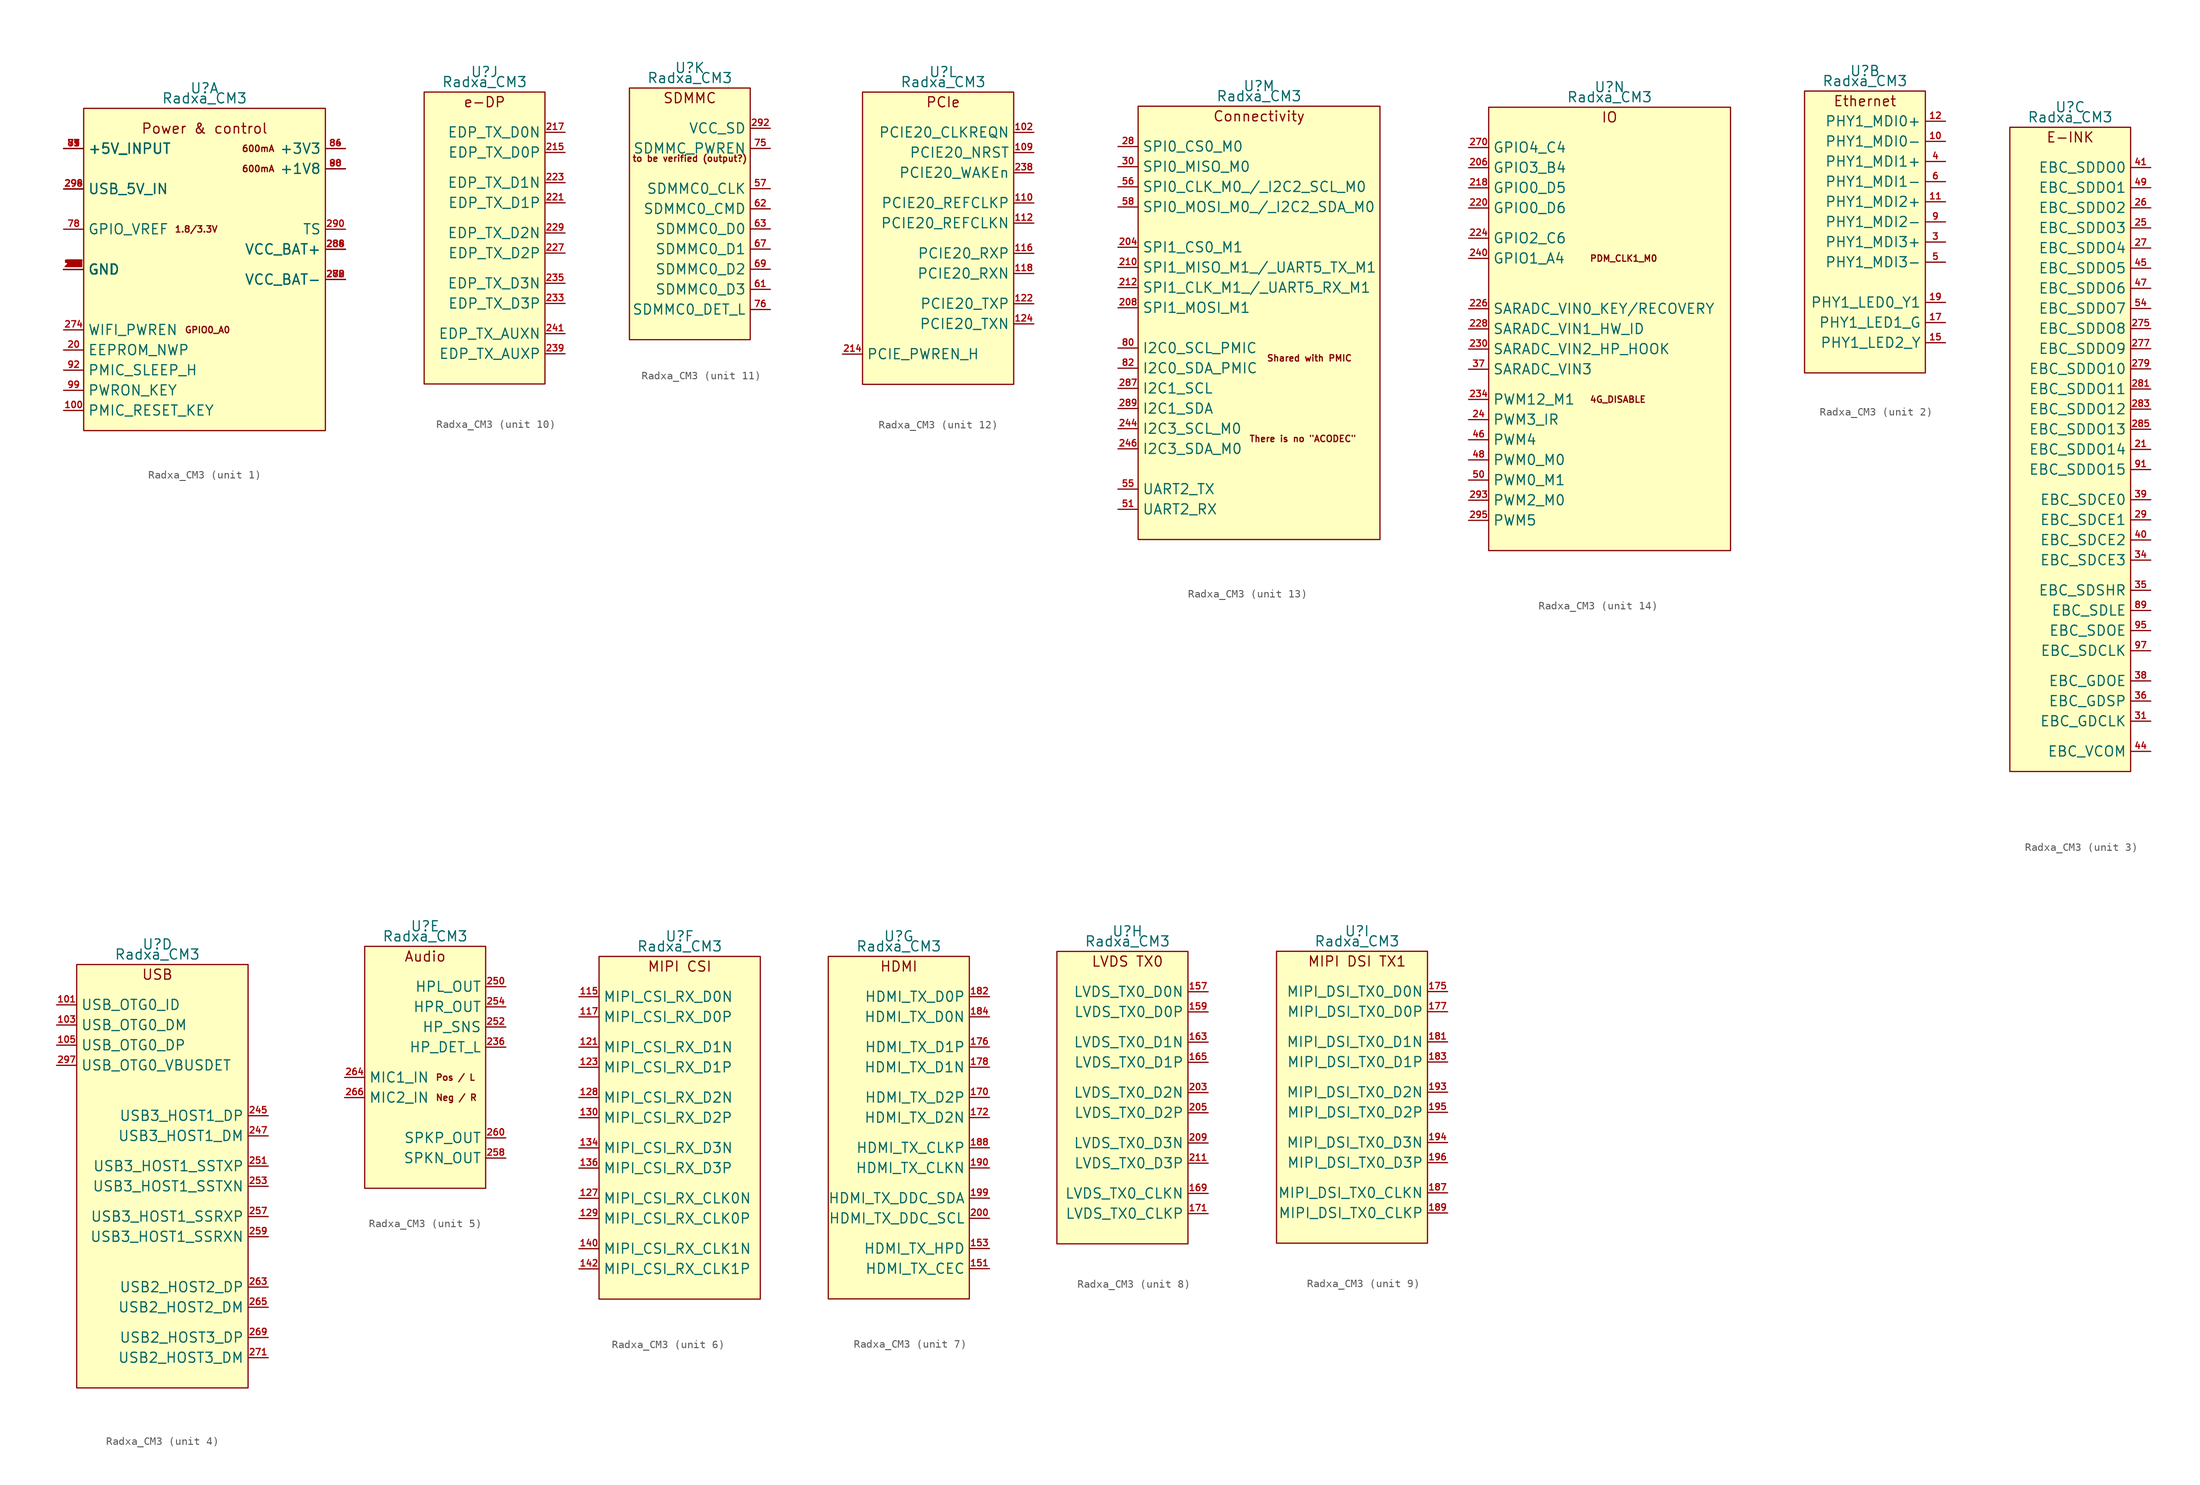
<source format=kicad_sym>
(kicad_symbol_lib
  (version 20211014)
  (generator kicad_symbol_editor)
  (symbol "Radxa_CM3"
    (property "Reference" "U"
      (at 0 2.54 0)
      (effects (font (size 1.27 1.27))))
    (property "Value" "Radxa_CM3"
      (at 0 1.27 0)
      (effects (font (size 1.27 1.27))))
    (property "ki_locked" ""
      (at 0 0 0)
      (effects (font (size 1.27 1.27))))
    (symbol "Radxa_CM3_1_1"
      (rectangle (start -15.24 0) (end 15.24 -40.64) (stroke (width 0.152) (type default) (color 0 0 0 0)) (fill (type background)))
      (text "1.8/3.3V" (at -3.81 -15.24 0) (effects (font (size 0.8 0.8)) (justify left)))
      (text "600mA" (at 8.89 -7.62 0) (effects (font (size 0.8 0.8)) (justify right)))
      (text "600mA" (at 8.89 -5.08 0) (effects (font (size 0.8 0.8)) (justify right)))
      (text "GPIO0_A0" (at -2.54 -27.94 0) (effects (font (size 0.8 0.8)) (justify left)))
      (text "Power & control" (at 0 -2.54 0) (effects (font (size 1.27 1.27))))
      (pin power_in line (at -17.78 -20.32 0) (length 2.54) (name "GND" (effects (font (size 1.27 1.27)))) (number "1" (effects (font (size 0.8 0.8)))))
      (pin input line (at -17.78 -38.1 0) (length 2.54) (name "PMIC_RESET_KEY" (effects (font (size 1.27 1.27)))) (number "100" (effects (font (size 0.8 0.8)))))
      (pin no_connect line (at 0 5.08 180) (length 2.54) hide (name "NC" (effects (font (size 1.27 1.27)))) (number "104" (effects (font (size 0.8 0.8)))))
      (pin no_connect line (at 0 5.08 180) (length 2.54) hide (name "NC" (effects (font (size 1.27 1.27)))) (number "106" (effects (font (size 0.8 0.8)))))
      (pin power_in line (at -17.78 -20.32 0) (length 2.54) (name "GND" (effects (font (size 1.27 1.27)))) (number "107" (effects (font (size 0.8 0.8)))))
      (pin power_in line (at -17.78 -20.32 0) (length 2.54) (name "GND" (effects (font (size 1.27 1.27)))) (number "108" (effects (font (size 0.8 0.8)))))
      (pin no_connect line (at 0 5.08 180) (length 2.54) hide (name "NC" (effects (font (size 1.27 1.27)))) (number "111" (effects (font (size 0.8 0.8)))))
      (pin power_in line (at -17.78 -20.32 0) (length 2.54) (name "GND" (effects (font (size 1.27 1.27)))) (number "113" (effects (font (size 0.8 0.8)))))
      (pin power_in line (at -17.78 -20.32 0) (length 2.54) (name "GND" (effects (font (size 1.27 1.27)))) (number "114" (effects (font (size 0.8 0.8)))))
      (pin power_in line (at -17.78 -20.32 0) (length 2.54) (name "GND" (effects (font (size 1.27 1.27)))) (number "119" (effects (font (size 0.8 0.8)))))
      (pin power_in line (at -17.78 -20.32 0) (length 2.54) (name "GND" (effects (font (size 1.27 1.27)))) (number "120" (effects (font (size 0.8 0.8)))))
      (pin power_in line (at -17.78 -20.32 0) (length 2.54) (name "GND" (effects (font (size 1.27 1.27)))) (number "125" (effects (font (size 0.8 0.8)))))
      (pin power_in line (at -17.78 -20.32 0) (length 2.54) (name "GND" (effects (font (size 1.27 1.27)))) (number "126" (effects (font (size 0.8 0.8)))))
      (pin power_in line (at -17.78 -20.32 0) (length 2.54) (name "GND" (effects (font (size 1.27 1.27)))) (number "13" (effects (font (size 0.8 0.8)))))
      (pin power_in line (at -17.78 -20.32 0) (length 2.54) (name "GND" (effects (font (size 1.27 1.27)))) (number "131" (effects (font (size 0.8 0.8)))))
      (pin power_in line (at -17.78 -20.32 0) (length 2.54) (name "GND" (effects (font (size 1.27 1.27)))) (number "132" (effects (font (size 0.8 0.8)))))
      (pin no_connect line (at 0 5.08 180) (length 2.54) hide (name "NC" (effects (font (size 1.27 1.27)))) (number "133" (effects (font (size 0.8 0.8)))))
      (pin no_connect line (at 0 5.08 180) (length 2.54) hide (name "NC" (effects (font (size 1.27 1.27)))) (number "135" (effects (font (size 0.8 0.8)))))
      (pin power_in line (at -17.78 -20.32 0) (length 2.54) (name "GND" (effects (font (size 1.27 1.27)))) (number "137" (effects (font (size 0.8 0.8)))))
      (pin power_in line (at -17.78 -20.32 0) (length 2.54) (name "GND" (effects (font (size 1.27 1.27)))) (number "138" (effects (font (size 0.8 0.8)))))
      (pin no_connect line (at 0 5.08 180) (length 2.54) hide (name "NC" (effects (font (size 1.27 1.27)))) (number "139" (effects (font (size 0.8 0.8)))))
      (pin power_in line (at -17.78 -20.32 0) (length 2.54) (name "GND" (effects (font (size 1.27 1.27)))) (number "14" (effects (font (size 0.8 0.8)))))
      (pin no_connect line (at 0 5.08 180) (length 2.54) hide (name "NC" (effects (font (size 1.27 1.27)))) (number "141" (effects (font (size 0.8 0.8)))))
      (pin no_connect line (at 0 5.08 180) (length 2.54) hide (name "NC" (effects (font (size 1.27 1.27)))) (number "143" (effects (font (size 0.8 0.8)))))
      (pin power_in line (at -17.78 -20.32 0) (length 2.54) (name "GND" (effects (font (size 1.27 1.27)))) (number "144" (effects (font (size 0.8 0.8)))))
      (pin no_connect line (at 0 5.08 180) (length 2.54) hide (name "NC" (effects (font (size 1.27 1.27)))) (number "145" (effects (font (size 0.8 0.8)))))
      (pin no_connect line (at 0 5.08 180) (length 2.54) hide (name "NC" (effects (font (size 1.27 1.27)))) (number "146" (effects (font (size 0.8 0.8)))))
      (pin no_connect line (at 0 5.08 180) (length 2.54) hide (name "NC" (effects (font (size 1.27 1.27)))) (number "147" (effects (font (size 0.8 0.8)))))
      (pin no_connect line (at 0 5.08 180) (length 2.54) hide (name "NC" (effects (font (size 1.27 1.27)))) (number "148" (effects (font (size 0.8 0.8)))))
      (pin no_connect line (at 0 5.08 180) (length 2.54) hide (name "NC" (effects (font (size 1.27 1.27)))) (number "149" (effects (font (size 0.8 0.8)))))
      (pin power_in line (at -17.78 -20.32 0) (length 2.54) (name "GND" (effects (font (size 1.27 1.27)))) (number "150" (effects (font (size 0.8 0.8)))))
      (pin no_connect line (at 0 5.08 180) (length 2.54) hide (name "NC" (effects (font (size 1.27 1.27)))) (number "152" (effects (font (size 0.8 0.8)))))
      (pin no_connect line (at 0 5.08 180) (length 2.54) hide (name "NC" (effects (font (size 1.27 1.27)))) (number "154" (effects (font (size 0.8 0.8)))))
      (pin power_in line (at -17.78 -20.32 0) (length 2.54) (name "GND" (effects (font (size 1.27 1.27)))) (number "155" (effects (font (size 0.8 0.8)))))
      (pin power_in line (at -17.78 -20.32 0) (length 2.54) (name "GND" (effects (font (size 1.27 1.27)))) (number "156" (effects (font (size 0.8 0.8)))))
      (pin no_connect line (at 0 5.08 180) (length 2.54) hide (name "NC" (effects (font (size 1.27 1.27)))) (number "158" (effects (font (size 0.8 0.8)))))
      (pin no_connect line (at 0 5.08 180) (length 2.54) hide (name "NC" (effects (font (size 1.27 1.27)))) (number "16" (effects (font (size 0.8 0.8)))))
      (pin no_connect line (at 0 5.08 180) (length 2.54) hide (name "NC" (effects (font (size 1.27 1.27)))) (number "160" (effects (font (size 0.8 0.8)))))
      (pin power_in line (at -17.78 -20.32 0) (length 2.54) (name "GND" (effects (font (size 1.27 1.27)))) (number "161" (effects (font (size 0.8 0.8)))))
      (pin power_in line (at -17.78 -20.32 0) (length 2.54) (name "GND" (effects (font (size 1.27 1.27)))) (number "162" (effects (font (size 0.8 0.8)))))
      (pin no_connect line (at 0 5.08 180) (length 2.54) hide (name "NC" (effects (font (size 1.27 1.27)))) (number "164" (effects (font (size 0.8 0.8)))))
      (pin no_connect line (at 0 5.08 180) (length 2.54) hide (name "NC" (effects (font (size 1.27 1.27)))) (number "166" (effects (font (size 0.8 0.8)))))
      (pin power_in line (at -17.78 -20.32 0) (length 2.54) (name "GND" (effects (font (size 1.27 1.27)))) (number "167" (effects (font (size 0.8 0.8)))))
      (pin power_in line (at -17.78 -20.32 0) (length 2.54) (name "GND" (effects (font (size 1.27 1.27)))) (number "168" (effects (font (size 0.8 0.8)))))
      (pin power_in line (at -17.78 -20.32 0) (length 2.54) (name "GND" (effects (font (size 1.27 1.27)))) (number "173" (effects (font (size 0.8 0.8)))))
      (pin power_in line (at -17.78 -20.32 0) (length 2.54) (name "GND" (effects (font (size 1.27 1.27)))) (number "174" (effects (font (size 0.8 0.8)))))
      (pin power_in line (at -17.78 -20.32 0) (length 2.54) (name "GND" (effects (font (size 1.27 1.27)))) (number "179" (effects (font (size 0.8 0.8)))))
      (pin no_connect line (at 0 5.08 180) (length 2.54) hide (name "NC" (effects (font (size 1.27 1.27)))) (number "18" (effects (font (size 0.8 0.8)))))
      (pin power_in line (at -17.78 -20.32 0) (length 2.54) (name "GND" (effects (font (size 1.27 1.27)))) (number "180" (effects (font (size 0.8 0.8)))))
      (pin power_in line (at -17.78 -20.32 0) (length 2.54) (name "GND" (effects (font (size 1.27 1.27)))) (number "185" (effects (font (size 0.8 0.8)))))
      (pin power_in line (at -17.78 -20.32 0) (length 2.54) (name "GND" (effects (font (size 1.27 1.27)))) (number "186" (effects (font (size 0.8 0.8)))))
      (pin power_in line (at -17.78 -20.32 0) (length 2.54) (name "GND" (effects (font (size 1.27 1.27)))) (number "191" (effects (font (size 0.8 0.8)))))
      (pin power_in line (at -17.78 -20.32 0) (length 2.54) (name "GND" (effects (font (size 1.27 1.27)))) (number "192" (effects (font (size 0.8 0.8)))))
      (pin power_in line (at -17.78 -20.32 0) (length 2.54) (name "GND" (effects (font (size 1.27 1.27)))) (number "197" (effects (font (size 0.8 0.8)))))
      (pin power_in line (at -17.78 -20.32 0) (length 2.54) (name "GND" (effects (font (size 1.27 1.27)))) (number "198" (effects (font (size 0.8 0.8)))))
      (pin power_in line (at -17.78 -20.32 0) (length 2.54) (name "GND" (effects (font (size 1.27 1.27)))) (number "2" (effects (font (size 0.8 0.8)))))
      (pin input line (at -17.78 -30.48 0) (length 2.54) (name "EEPROM_NWP" (effects (font (size 1.27 1.27)))) (number "20" (effects (font (size 0.8 0.8)))))
      (pin power_in line (at -17.78 -20.32 0) (length 2.54) (name "GND" (effects (font (size 1.27 1.27)))) (number "201" (effects (font (size 0.8 0.8)))))
      (pin power_in line (at -17.78 -20.32 0) (length 2.54) (name "GND" (effects (font (size 1.27 1.27)))) (number "202" (effects (font (size 0.8 0.8)))))
      (pin power_in line (at -17.78 -20.32 0) (length 2.54) (name "GND" (effects (font (size 1.27 1.27)))) (number "207" (effects (font (size 0.8 0.8)))))
      (pin power_in line (at -17.78 -20.32 0) (length 2.54) (name "GND" (effects (font (size 1.27 1.27)))) (number "213" (effects (font (size 0.8 0.8)))))
      (pin no_connect line (at 0 5.08 180) (length 2.54) hide (name "NC" (effects (font (size 1.27 1.27)))) (number "216" (effects (font (size 0.8 0.8)))))
      (pin power_in line (at -17.78 -20.32 0) (length 2.54) (name "GND" (effects (font (size 1.27 1.27)))) (number "219" (effects (font (size 0.8 0.8)))))
      (pin power_in line (at -17.78 -20.32 0) (length 2.54) (name "GND" (effects (font (size 1.27 1.27)))) (number "22" (effects (font (size 0.8 0.8)))))
      (pin power_in line (at -17.78 -20.32 0) (length 2.54) (name "GND" (effects (font (size 1.27 1.27)))) (number "222" (effects (font (size 0.8 0.8)))))
      (pin power_in line (at -17.78 -20.32 0) (length 2.54) (name "GND" (effects (font (size 1.27 1.27)))) (number "225" (effects (font (size 0.8 0.8)))))
      (pin power_in line (at -17.78 -20.32 0) (length 2.54) (name "GND" (effects (font (size 1.27 1.27)))) (number "23" (effects (font (size 0.8 0.8)))))
      (pin power_in line (at -17.78 -20.32 0) (length 2.54) (name "GND" (effects (font (size 1.27 1.27)))) (number "231" (effects (font (size 0.8 0.8)))))
      (pin power_in line (at -17.78 -20.32 0) (length 2.54) (name "GND" (effects (font (size 1.27 1.27)))) (number "232" (effects (font (size 0.8 0.8)))))
      (pin power_in line (at -17.78 -20.32 0) (length 2.54) (name "GND" (effects (font (size 1.27 1.27)))) (number "237" (effects (font (size 0.8 0.8)))))
      (pin power_in line (at -17.78 -20.32 0) (length 2.54) (name "GND" (effects (font (size 1.27 1.27)))) (number "242" (effects (font (size 0.8 0.8)))))
      (pin power_in line (at -17.78 -20.32 0) (length 2.54) (name "GND" (effects (font (size 1.27 1.27)))) (number "243" (effects (font (size 0.8 0.8)))))
      (pin power_in line (at -17.78 -20.32 0) (length 2.54) (name "GND" (effects (font (size 1.27 1.27)))) (number "248" (effects (font (size 0.8 0.8)))))
      (pin power_in line (at -17.78 -20.32 0) (length 2.54) (name "GND" (effects (font (size 1.27 1.27)))) (number "249" (effects (font (size 0.8 0.8)))))
      (pin power_in line (at -17.78 -20.32 0) (length 2.54) (name "GND" (effects (font (size 1.27 1.27)))) (number "255" (effects (font (size 0.8 0.8)))))
      (pin power_in line (at -17.78 -20.32 0) (length 2.54) (name "GND" (effects (font (size 1.27 1.27)))) (number "256" (effects (font (size 0.8 0.8)))))
      (pin power_in line (at -17.78 -20.32 0) (length 2.54) (name "GND" (effects (font (size 1.27 1.27)))) (number "261" (effects (font (size 0.8 0.8)))))
      (pin power_in line (at -17.78 -20.32 0) (length 2.54) (name "GND" (effects (font (size 1.27 1.27)))) (number "262" (effects (font (size 0.8 0.8)))))
      (pin power_in line (at -17.78 -20.32 0) (length 2.54) (name "GND" (effects (font (size 1.27 1.27)))) (number "267" (effects (font (size 0.8 0.8)))))
      (pin power_in line (at -17.78 -20.32 0) (length 2.54) (name "GND" (effects (font (size 1.27 1.27)))) (number "268" (effects (font (size 0.8 0.8)))))
      (pin power_in line (at -17.78 -20.32 0) (length 2.54) (name "GND" (effects (font (size 1.27 1.27)))) (number "272" (effects (font (size 0.8 0.8)))))
      (pin power_in line (at -17.78 -20.32 0) (length 2.54) (name "GND" (effects (font (size 1.27 1.27)))) (number "273" (effects (font (size 0.8 0.8)))))
      (pin input line (at -17.78 -27.94 0) (length 2.54) (name "WIFI_PWREN" (effects (font (size 1.27 1.27)))) (number "274" (effects (font (size 0.8 0.8)))))
      (pin power_in line (at -17.78 -20.32 0) (length 2.54) (name "GND" (effects (font (size 1.27 1.27)))) (number "276" (effects (font (size 0.8 0.8)))))
      (pin power_in line (at 17.78 -21.59 180) (length 2.54) (name "VCC_BAT-" (effects (font (size 1.27 1.27)))) (number "278" (effects (font (size 0.8 0.8)))))
      (pin power_in line (at 17.78 -21.59 180) (length 2.54) (name "VCC_BAT-" (effects (font (size 1.27 1.27)))) (number "280" (effects (font (size 0.8 0.8)))))
      (pin power_in line (at 17.78 -21.59 180) (length 2.54) (name "VCC_BAT-" (effects (font (size 1.27 1.27)))) (number "282" (effects (font (size 0.8 0.8)))))
      (pin power_in line (at 17.78 -17.78 180) (length 2.54) (name "VCC_BAT+" (effects (font (size 1.27 1.27)))) (number "284" (effects (font (size 0.8 0.8)))))
      (pin power_in line (at 17.78 -17.78 180) (length 2.54) (name "VCC_BAT+" (effects (font (size 1.27 1.27)))) (number "286" (effects (font (size 0.8 0.8)))))
      (pin power_in line (at 17.78 -17.78 180) (length 2.54) (name "VCC_BAT+" (effects (font (size 1.27 1.27)))) (number "288" (effects (font (size 0.8 0.8)))))
      (pin passive line (at 17.78 -15.24 180) (length 2.54) (name "TS" (effects (font (size 1.27 1.27)))) (number "290" (effects (font (size 0.8 0.8)))))
      (pin no_connect line (at 0 5.08 180) (length 2.54) hide (name "NC" (effects (font (size 1.27 1.27)))) (number "291" (effects (font (size 0.8 0.8)))))
      (pin power_in line (at -17.78 -10.16 0) (length 2.54) (name "USB_5V_IN" (effects (font (size 1.27 1.27)))) (number "294" (effects (font (size 0.8 0.8)))))
      (pin power_in line (at -17.78 -10.16 0) (length 2.54) (name "USB_5V_IN" (effects (font (size 1.27 1.27)))) (number "296" (effects (font (size 0.8 0.8)))))
      (pin power_in line (at -17.78 -10.16 0) (length 2.54) (name "USB_5V_IN" (effects (font (size 1.27 1.27)))) (number "298" (effects (font (size 0.8 0.8)))))
      (pin power_in line (at -17.78 -20.32 0) (length 2.54) (name "GND" (effects (font (size 1.27 1.27)))) (number "299" (effects (font (size 0.8 0.8)))))
      (pin power_in line (at -17.78 -20.32 0) (length 2.54) (name "GND" (effects (font (size 1.27 1.27)))) (number "300" (effects (font (size 0.8 0.8)))))
      (pin power_in line (at -17.78 -20.32 0) (length 2.54) (name "GND" (effects (font (size 1.27 1.27)))) (number "32" (effects (font (size 0.8 0.8)))))
      (pin power_in line (at -17.78 -20.32 0) (length 2.54) (name "GND" (effects (font (size 1.27 1.27)))) (number "33" (effects (font (size 0.8 0.8)))))
      (pin power_in line (at -17.78 -20.32 0) (length 2.54) (name "GND" (effects (font (size 1.27 1.27)))) (number "42" (effects (font (size 0.8 0.8)))))
      (pin power_in line (at -17.78 -20.32 0) (length 2.54) (name "GND" (effects (font (size 1.27 1.27)))) (number "43" (effects (font (size 0.8 0.8)))))
      (pin power_in line (at -17.78 -20.32 0) (length 2.54) (name "GND" (effects (font (size 1.27 1.27)))) (number "52" (effects (font (size 0.8 0.8)))))
      (pin power_in line (at -17.78 -20.32 0) (length 2.54) (name "GND" (effects (font (size 1.27 1.27)))) (number "53" (effects (font (size 0.8 0.8)))))
      (pin power_in line (at -17.78 -20.32 0) (length 2.54) (name "GND" (effects (font (size 1.27 1.27)))) (number "59" (effects (font (size 0.8 0.8)))))
      (pin power_in line (at -17.78 -20.32 0) (length 2.54) (name "GND" (effects (font (size 1.27 1.27)))) (number "60" (effects (font (size 0.8 0.8)))))
      (pin no_connect line (at 0 5.08 180) (length 2.54) hide (name "NC" (effects (font (size 1.27 1.27)))) (number "64" (effects (font (size 0.8 0.8)))))
      (pin power_in line (at -17.78 -20.32 0) (length 2.54) (name "GND" (effects (font (size 1.27 1.27)))) (number "65" (effects (font (size 0.8 0.8)))))
      (pin power_in line (at -17.78 -20.32 0) (length 2.54) (name "GND" (effects (font (size 1.27 1.27)))) (number "66" (effects (font (size 0.8 0.8)))))
      (pin no_connect line (at 0 5.08 180) (length 2.54) hide (name "NC" (effects (font (size 1.27 1.27)))) (number "68" (effects (font (size 0.8 0.8)))))
      (pin power_in line (at -17.78 -20.32 0) (length 2.54) (name "GND" (effects (font (size 1.27 1.27)))) (number "7" (effects (font (size 0.8 0.8)))))
      (pin no_connect line (at 0 5.08 180) (length 2.54) hide (name "NC" (effects (font (size 1.27 1.27)))) (number "70" (effects (font (size 0.8 0.8)))))
      (pin power_in line (at -17.78 -20.32 0) (length 2.54) (name "GND" (effects (font (size 1.27 1.27)))) (number "71" (effects (font (size 0.8 0.8)))))
      (pin no_connect line (at 0 5.08 180) (length 2.54) hide (name "NC" (effects (font (size 1.27 1.27)))) (number "72" (effects (font (size 0.8 0.8)))))
      (pin no_connect line (at 0 5.08 180) (length 2.54) hide (name "NC" (effects (font (size 1.27 1.27)))) (number "73" (effects (font (size 0.8 0.8)))))
      (pin power_in line (at -17.78 -20.32 0) (length 2.54) (name "GND" (effects (font (size 1.27 1.27)))) (number "74" (effects (font (size 0.8 0.8)))))
      (pin power_in line (at -17.78 -5.08 0) (length 2.54) (name "+5V_INPUT" (effects (font (size 1.27 1.27)))) (number "77" (effects (font (size 0.8 0.8)))))
      (pin power_in line (at -17.78 -15.24 0) (length 2.54) (name "GPIO_VREF" (effects (font (size 1.27 1.27)))) (number "78" (effects (font (size 0.8 0.8)))))
      (pin power_in line (at -17.78 -5.08 0) (length 2.54) (name "+5V_INPUT" (effects (font (size 1.27 1.27)))) (number "79" (effects (font (size 0.8 0.8)))))
      (pin power_in line (at -17.78 -20.32 0) (length 2.54) (name "GND" (effects (font (size 1.27 1.27)))) (number "8" (effects (font (size 0.8 0.8)))))
      (pin power_in line (at -17.78 -5.08 0) (length 2.54) (name "+5V_INPUT" (effects (font (size 1.27 1.27)))) (number "81" (effects (font (size 0.8 0.8)))))
      (pin power_in line (at -17.78 -5.08 0) (length 2.54) (name "+5V_INPUT" (effects (font (size 1.27 1.27)))) (number "83" (effects (font (size 0.8 0.8)))))
      (pin power_out line (at 17.78 -5.08 180) (length 2.54) (name "+3V3" (effects (font (size 1.27 1.27)))) (number "84" (effects (font (size 0.8 0.8)))))
      (pin power_in line (at -17.78 -5.08 0) (length 2.54) (name "+5V_INPUT" (effects (font (size 1.27 1.27)))) (number "85" (effects (font (size 0.8 0.8)))))
      (pin power_out line (at 17.78 -5.08 180) (length 2.54) (name "+3V3" (effects (font (size 1.27 1.27)))) (number "86" (effects (font (size 0.8 0.8)))))
      (pin power_in line (at -17.78 -5.08 0) (length 2.54) (name "+5V_INPUT" (effects (font (size 1.27 1.27)))) (number "87" (effects (font (size 0.8 0.8)))))
      (pin power_out line (at 17.78 -7.62 180) (length 2.54) (name "+1V8" (effects (font (size 1.27 1.27)))) (number "88" (effects (font (size 0.8 0.8)))))
      (pin power_out line (at 17.78 -7.62 180) (length 2.54) (name "+1V8" (effects (font (size 1.27 1.27)))) (number "90" (effects (font (size 0.8 0.8)))))
      (pin input line (at -17.78 -33.02 0) (length 2.54) (name "PMIC_SLEEP_H" (effects (font (size 1.27 1.27)))) (number "92" (effects (font (size 0.8 0.8)))))
      (pin no_connect line (at 0 5.08 180) (length 2.54) hide (name "NC" (effects (font (size 1.27 1.27)))) (number "93" (effects (font (size 0.8 0.8)))))
      (pin no_connect line (at 0 5.08 180) (length 2.54) hide (name "NC" (effects (font (size 1.27 1.27)))) (number "94" (effects (font (size 0.8 0.8)))))
      (pin no_connect line (at 0 5.08 180) (length 2.54) hide (name "NC" (effects (font (size 1.27 1.27)))) (number "96" (effects (font (size 0.8 0.8)))))
      (pin power_in line (at -17.78 -20.32 0) (length 2.54) (name "GND" (effects (font (size 1.27 1.27)))) (number "98" (effects (font (size 0.8 0.8)))))
      (pin input line (at -17.78 -35.56 0) (length 2.54) (name "PWRON_KEY" (effects (font (size 1.27 1.27)))) (number "99" (effects (font (size 0.8 0.8))))))
    (symbol "Radxa_CM3_2_1"
      (rectangle (start -7.62 0) (end 7.62 -35.56) (stroke (width 0.152) (type default) (color 0 0 0 0)) (fill (type background)))
      (text "Ethernet" (at 0 -1.27 0) (effects (font (size 1.27 1.27))))
      (pin bidirectional line (at 10.16 -6.35 180) (length 2.54) (name "PHY1_MDI0-" (effects (font (size 1.27 1.27)))) (number "10" (effects (font (size 0.8 0.8)))))
      (pin bidirectional line (at 10.16 -13.97 180) (length 2.54) (name "PHY1_MDI2+" (effects (font (size 1.27 1.27)))) (number "11" (effects (font (size 0.8 0.8)))))
      (pin bidirectional line (at 10.16 -3.81 180) (length 2.54) (name "PHY1_MDI0+" (effects (font (size 1.27 1.27)))) (number "12" (effects (font (size 0.8 0.8)))))
      (pin output line (at 10.16 -31.75 180) (length 2.54) (name "PHY1_LED2_Y" (effects (font (size 1.27 1.27)))) (number "15" (effects (font (size 0.8 0.8)))))
      (pin output line (at 10.16 -29.21 180) (length 2.54) (name "PHY1_LED1_G" (effects (font (size 1.27 1.27)))) (number "17" (effects (font (size 0.8 0.8)))))
      (pin output line (at 10.16 -26.67 180) (length 2.54) (name "PHY1_LED0_Y1" (effects (font (size 1.27 1.27)))) (number "19" (effects (font (size 0.8 0.8)))))
      (pin bidirectional line (at 10.16 -19.05 180) (length 2.54) (name "PHY1_MDI3+" (effects (font (size 1.27 1.27)))) (number "3" (effects (font (size 0.8 0.8)))))
      (pin bidirectional line (at 10.16 -8.89 180) (length 2.54) (name "PHY1_MDI1+" (effects (font (size 1.27 1.27)))) (number "4" (effects (font (size 0.8 0.8)))))
      (pin bidirectional line (at 10.16 -21.59 180) (length 2.54) (name "PHY1_MDI3-" (effects (font (size 1.27 1.27)))) (number "5" (effects (font (size 0.8 0.8)))))
      (pin bidirectional line (at 10.16 -11.43 180) (length 2.54) (name "PHY1_MDI1-" (effects (font (size 1.27 1.27)))) (number "6" (effects (font (size 0.8 0.8)))))
      (pin bidirectional line (at 10.16 -16.51 180) (length 2.54) (name "PHY1_MDI2-" (effects (font (size 1.27 1.27)))) (number "9" (effects (font (size 0.8 0.8))))))
    (symbol "Radxa_CM3_3_1"
      (rectangle (start -7.62 0) (end 7.62 -81.28) (stroke (width 0.152) (type default) (color 0 0 0 0)) (fill (type background)))
      (text "E-INK" (at 0 -1.27 0) (effects (font (size 1.27 1.27))))
      (pin output line (at 10.16 -40.64 180) (length 2.54) (name "EBC_SDDO14" (effects (font (size 1.27 1.27)))) (number "21" (effects (font (size 0.8 0.8)))))
      (pin output line (at 10.16 -12.7 180) (length 2.54) (name "EBC_SDDO3" (effects (font (size 1.27 1.27)))) (number "25" (effects (font (size 0.8 0.8)))))
      (pin output line (at 10.16 -10.16 180) (length 2.54) (name "EBC_SDDO2" (effects (font (size 1.27 1.27)))) (number "26" (effects (font (size 0.8 0.8)))))
      (pin output line (at 10.16 -15.24 180) (length 2.54) (name "EBC_SDDO4" (effects (font (size 1.27 1.27)))) (number "27" (effects (font (size 0.8 0.8)))))
      (pin output line (at 10.16 -25.4 180) (length 2.54) (name "EBC_SDDO8" (effects (font (size 1.27 1.27)))) (number "275" (effects (font (size 0.8 0.8)))))
      (pin output line (at 10.16 -27.94 180) (length 2.54) (name "EBC_SDDO9" (effects (font (size 1.27 1.27)))) (number "277" (effects (font (size 0.8 0.8)))))
      (pin output line (at 10.16 -30.48 180) (length 2.54) (name "EBC_SDDO10" (effects (font (size 1.27 1.27)))) (number "279" (effects (font (size 0.8 0.8)))))
      (pin output line (at 10.16 -33.02 180) (length 2.54) (name "EBC_SDDO11" (effects (font (size 1.27 1.27)))) (number "281" (effects (font (size 0.8 0.8)))))
      (pin output line (at 10.16 -35.56 180) (length 2.54) (name "EBC_SDDO12" (effects (font (size 1.27 1.27)))) (number "283" (effects (font (size 0.8 0.8)))))
      (pin output line (at 10.16 -38.1 180) (length 2.54) (name "EBC_SDDO13" (effects (font (size 1.27 1.27)))) (number "285" (effects (font (size 0.8 0.8)))))
      (pin output line (at 10.16 -49.53 180) (length 2.54) (name "EBC_SDCE1" (effects (font (size 1.27 1.27)))) (number "29" (effects (font (size 0.8 0.8)))))
      (pin output line (at 10.16 -74.93 180) (length 2.54) (name "EBC_GDCLK" (effects (font (size 1.27 1.27)))) (number "31" (effects (font (size 0.8 0.8)))))
      (pin output line (at 10.16 -54.61 180) (length 2.54) (name "EBC_SDCE3" (effects (font (size 1.27 1.27)))) (number "34" (effects (font (size 0.8 0.8)))))
      (pin output line (at 10.16 -58.42 180) (length 2.54) (name "EBC_SDSHR" (effects (font (size 1.27 1.27)))) (number "35" (effects (font (size 0.8 0.8)))))
      (pin output line (at 10.16 -72.39 180) (length 2.54) (name "EBC_GDSP" (effects (font (size 1.27 1.27)))) (number "36" (effects (font (size 0.8 0.8)))))
      (pin output line (at 10.16 -69.85 180) (length 2.54) (name "EBC_GDOE" (effects (font (size 1.27 1.27)))) (number "38" (effects (font (size 0.8 0.8)))))
      (pin output line (at 10.16 -46.99 180) (length 2.54) (name "EBC_SDCE0" (effects (font (size 1.27 1.27)))) (number "39" (effects (font (size 0.8 0.8)))))
      (pin output line (at 10.16 -52.07 180) (length 2.54) (name "EBC_SDCE2" (effects (font (size 1.27 1.27)))) (number "40" (effects (font (size 0.8 0.8)))))
      (pin output line (at 10.16 -5.08 180) (length 2.54) (name "EBC_SDDO0" (effects (font (size 1.27 1.27)))) (number "41" (effects (font (size 0.8 0.8)))))
      (pin output line (at 10.16 -78.74 180) (length 2.54) (name "EBC_VCOM" (effects (font (size 1.27 1.27)))) (number "44" (effects (font (size 0.8 0.8)))))
      (pin output line (at 10.16 -17.78 180) (length 2.54) (name "EBC_SDDO5" (effects (font (size 1.27 1.27)))) (number "45" (effects (font (size 0.8 0.8)))))
      (pin output line (at 10.16 -20.32 180) (length 2.54) (name "EBC_SDDO6" (effects (font (size 1.27 1.27)))) (number "47" (effects (font (size 0.8 0.8)))))
      (pin output line (at 10.16 -7.62 180) (length 2.54) (name "EBC_SDDO1" (effects (font (size 1.27 1.27)))) (number "49" (effects (font (size 0.8 0.8)))))
      (pin output line (at 10.16 -22.86 180) (length 2.54) (name "EBC_SDDO7" (effects (font (size 1.27 1.27)))) (number "54" (effects (font (size 0.8 0.8)))))
      (pin output line (at 10.16 -60.96 180) (length 2.54) (name "EBC_SDLE" (effects (font (size 1.27 1.27)))) (number "89" (effects (font (size 0.8 0.8)))))
      (pin output line (at 10.16 -43.18 180) (length 2.54) (name "EBC_SDDO15" (effects (font (size 1.27 1.27)))) (number "91" (effects (font (size 0.8 0.8)))))
      (pin output line (at 10.16 -63.5 180) (length 2.54) (name "EBC_SDOE" (effects (font (size 1.27 1.27)))) (number "95" (effects (font (size 0.8 0.8)))))
      (pin output line (at 10.16 -66.04 180) (length 2.54) (name "EBC_SDCLK" (effects (font (size 1.27 1.27)))) (number "97" (effects (font (size 0.8 0.8))))))
    (symbol "Radxa_CM3_4_1"
      (rectangle (start -10.16 0) (end 11.43 -53.34) (stroke (width 0.152) (type default) (color 0 0 0 0)) (fill (type background)))
      (text "USB" (at 0 -1.27 0) (effects (font (size 1.27 1.27))))
      (pin bidirectional line (at -12.7 -5.08 0) (length 2.54) (name "USB_OTG0_ID" (effects (font (size 1.27 1.27)))) (number "101" (effects (font (size 0.8 0.8)))))
      (pin bidirectional line (at -12.7 -7.62 0) (length 2.54) (name "USB_OTG0_DM" (effects (font (size 1.27 1.27)))) (number "103" (effects (font (size 0.8 0.8)))))
      (pin bidirectional line (at -12.7 -10.16 0) (length 2.54) (name "USB_OTG0_DP" (effects (font (size 1.27 1.27)))) (number "105" (effects (font (size 0.8 0.8)))))
      (pin bidirectional line (at 13.97 -19.05 180) (length 2.54) (name "USB3_HOST1_DP" (effects (font (size 1.27 1.27)))) (number "245" (effects (font (size 0.8 0.8)))))
      (pin bidirectional line (at 13.97 -21.59 180) (length 2.54) (name "USB3_HOST1_DM" (effects (font (size 1.27 1.27)))) (number "247" (effects (font (size 0.8 0.8)))))
      (pin bidirectional line (at 13.97 -25.4 180) (length 2.54) (name "USB3_HOST1_SSTXP" (effects (font (size 1.27 1.27)))) (number "251" (effects (font (size 0.8 0.8)))))
      (pin bidirectional line (at 13.97 -27.94 180) (length 2.54) (name "USB3_HOST1_SSTXN" (effects (font (size 1.27 1.27)))) (number "253" (effects (font (size 0.8 0.8)))))
      (pin bidirectional line (at 13.97 -31.75 180) (length 2.54) (name "USB3_HOST1_SSRXP" (effects (font (size 1.27 1.27)))) (number "257" (effects (font (size 0.8 0.8)))))
      (pin bidirectional line (at 13.97 -34.29 180) (length 2.54) (name "USB3_HOST1_SSRXN" (effects (font (size 1.27 1.27)))) (number "259" (effects (font (size 0.8 0.8)))))
      (pin bidirectional line (at 13.97 -40.64 180) (length 2.54) (name "USB2_HOST2_DP" (effects (font (size 1.27 1.27)))) (number "263" (effects (font (size 0.8 0.8)))))
      (pin bidirectional line (at 13.97 -43.18 180) (length 2.54) (name "USB2_HOST2_DM" (effects (font (size 1.27 1.27)))) (number "265" (effects (font (size 0.8 0.8)))))
      (pin bidirectional line (at 13.97 -46.99 180) (length 2.54) (name "USB2_HOST3_DP" (effects (font (size 1.27 1.27)))) (number "269" (effects (font (size 0.8 0.8)))))
      (pin bidirectional line (at 13.97 -49.53 180) (length 2.54) (name "USB2_HOST3_DM" (effects (font (size 1.27 1.27)))) (number "271" (effects (font (size 0.8 0.8)))))
      (pin input line (at -12.7 -12.7 0) (length 2.54) (name "USB_OTG0_VBUSDET" (effects (font (size 1.27 1.27)))) (number "297" (effects (font (size 0.8 0.8))))))
    (symbol "Radxa_CM3_5_1"
      (rectangle (start -7.62 0) (end 7.62 -30.48) (stroke (width 0.152) (type default) (color 0 0 0 0)) (fill (type background)))
      (text "Audio" (at 0 -1.27 0) (effects (font (size 1.27 1.27))))
      (text "Neg / R" (at 1.27 -19.05 0) (effects (font (size 0.8 0.8)) (justify left)))
      (text "Pos / L" (at 1.27 -16.51 0) (effects (font (size 0.8 0.8)) (justify left)))
      (pin input line (at 10.16 -12.7 180) (length 2.54) (name "HP_DET_L" (effects (font (size 1.27 1.27)))) (number "236" (effects (font (size 0.8 0.8)))))
      (pin output line (at 10.16 -5.08 180) (length 2.54) (name "HPL_OUT" (effects (font (size 1.27 1.27)))) (number "250" (effects (font (size 0.8 0.8)))))
      (pin input line (at 10.16 -10.16 180) (length 2.54) (name "HP_SNS" (effects (font (size 1.27 1.27)))) (number "252" (effects (font (size 0.8 0.8)))))
      (pin output line (at 10.16 -7.62 180) (length 2.54) (name "HPR_OUT" (effects (font (size 1.27 1.27)))) (number "254" (effects (font (size 0.8 0.8)))))
      (pin power_out line (at 10.16 -26.67 180) (length 2.54) (name "SPKN_OUT" (effects (font (size 1.27 1.27)))) (number "258" (effects (font (size 0.8 0.8)))))
      (pin power_out line (at 10.16 -24.13 180) (length 2.54) (name "SPKP_OUT" (effects (font (size 1.27 1.27)))) (number "260" (effects (font (size 0.8 0.8)))))
      (pin input line (at -10.16 -16.51 0) (length 2.54) (name "MIC1_IN" (effects (font (size 1.27 1.27)))) (number "264" (effects (font (size 0.8 0.8)))))
      (pin input line (at -10.16 -19.05 0) (length 2.54) (name "MIC2_IN" (effects (font (size 1.27 1.27)))) (number "266" (effects (font (size 0.8 0.8))))))
    (symbol "Radxa_CM3_6_1"
      (rectangle (start -10.16 0) (end 10.16 -43.18) (stroke (width 0.152) (type default) (color 0 0 0 0)) (fill (type background)))
      (text "MIPI CSI" (at 0 -1.27 0) (effects (font (size 1.27 1.27))))
      (pin input line (at -12.7 -5.08 0) (length 2.54) (name "MIPI_CSI_RX_D0N" (effects (font (size 1.27 1.27)))) (number "115" (effects (font (size 0.8 0.8)))))
      (pin input line (at -12.7 -7.62 0) (length 2.54) (name "MIPI_CSI_RX_D0P" (effects (font (size 1.27 1.27)))) (number "117" (effects (font (size 0.8 0.8)))))
      (pin input line (at -12.7 -11.43 0) (length 2.54) (name "MIPI_CSI_RX_D1N" (effects (font (size 1.27 1.27)))) (number "121" (effects (font (size 0.8 0.8)))))
      (pin input line (at -12.7 -13.97 0) (length 2.54) (name "MIPI_CSI_RX_D1P" (effects (font (size 1.27 1.27)))) (number "123" (effects (font (size 0.8 0.8)))))
      (pin input line (at -12.7 -30.48 0) (length 2.54) (name "MIPI_CSI_RX_CLK0N" (effects (font (size 1.27 1.27)))) (number "127" (effects (font (size 0.8 0.8)))))
      (pin input line (at -12.7 -17.78 0) (length 2.54) (name "MIPI_CSI_RX_D2N" (effects (font (size 1.27 1.27)))) (number "128" (effects (font (size 0.8 0.8)))))
      (pin input line (at -12.7 -33.02 0) (length 2.54) (name "MIPI_CSI_RX_CLK0P" (effects (font (size 1.27 1.27)))) (number "129" (effects (font (size 0.8 0.8)))))
      (pin input line (at -12.7 -20.32 0) (length 2.54) (name "MIPI_CSI_RX_D2P" (effects (font (size 1.27 1.27)))) (number "130" (effects (font (size 0.8 0.8)))))
      (pin input line (at -12.7 -24.13 0) (length 2.54) (name "MIPI_CSI_RX_D3N" (effects (font (size 1.27 1.27)))) (number "134" (effects (font (size 0.8 0.8)))))
      (pin input line (at -12.7 -26.67 0) (length 2.54) (name "MIPI_CSI_RX_D3P" (effects (font (size 1.27 1.27)))) (number "136" (effects (font (size 0.8 0.8)))))
      (pin input line (at -12.7 -36.83 0) (length 2.54) (name "MIPI_CSI_RX_CLK1N" (effects (font (size 1.27 1.27)))) (number "140" (effects (font (size 0.8 0.8)))))
      (pin input line (at -12.7 -39.37 0) (length 2.54) (name "MIPI_CSI_RX_CLK1P" (effects (font (size 1.27 1.27)))) (number "142" (effects (font (size 0.8 0.8))))))
    (symbol "Radxa_CM3_7_1"
      (rectangle (start -8.89 0) (end 8.89 -43.18) (stroke (width 0.152) (type default) (color 0 0 0 0)) (fill (type background)))
      (text "HDMI" (at 0 -1.27 0) (effects (font (size 1.27 1.27))))
      (pin input line (at 11.43 -39.37 180) (length 2.54) (name "HDMI_TX_CEC" (effects (font (size 1.27 1.27)))) (number "151" (effects (font (size 0.8 0.8)))))
      (pin input line (at 11.43 -36.83 180) (length 2.54) (name "HDMI_TX_HPD" (effects (font (size 1.27 1.27)))) (number "153" (effects (font (size 0.8 0.8)))))
      (pin output line (at 11.43 -17.78 180) (length 2.54) (name "HDMI_TX_D2P" (effects (font (size 1.27 1.27)))) (number "170" (effects (font (size 0.8 0.8)))))
      (pin output line (at 11.43 -20.32 180) (length 2.54) (name "HDMI_TX_D2N" (effects (font (size 1.27 1.27)))) (number "172" (effects (font (size 0.8 0.8)))))
      (pin output line (at 11.43 -11.43 180) (length 2.54) (name "HDMI_TX_D1P" (effects (font (size 1.27 1.27)))) (number "176" (effects (font (size 0.8 0.8)))))
      (pin output line (at 11.43 -13.97 180) (length 2.54) (name "HDMI_TX_D1N" (effects (font (size 1.27 1.27)))) (number "178" (effects (font (size 0.8 0.8)))))
      (pin output line (at 11.43 -5.08 180) (length 2.54) (name "HDMI_TX_D0P" (effects (font (size 1.27 1.27)))) (number "182" (effects (font (size 0.8 0.8)))))
      (pin output line (at 11.43 -7.62 180) (length 2.54) (name "HDMI_TX_D0N" (effects (font (size 1.27 1.27)))) (number "184" (effects (font (size 0.8 0.8)))))
      (pin output line (at 11.43 -24.13 180) (length 2.54) (name "HDMI_TX_CLKP" (effects (font (size 1.27 1.27)))) (number "188" (effects (font (size 0.8 0.8)))))
      (pin output line (at 11.43 -26.67 180) (length 2.54) (name "HDMI_TX_CLKN" (effects (font (size 1.27 1.27)))) (number "190" (effects (font (size 0.8 0.8)))))
      (pin bidirectional line (at 11.43 -30.48 180) (length 2.54) (name "HDMI_TX_DDC_SDA" (effects (font (size 1.27 1.27)))) (number "199" (effects (font (size 0.8 0.8)))))
      (pin output line (at 11.43 -33.02 180) (length 2.54) (name "HDMI_TX_DDC_SCL" (effects (font (size 1.27 1.27)))) (number "200" (effects (font (size 0.8 0.8))))))
    (symbol "Radxa_CM3_8_1"
      (rectangle (start 7.62 0) (end -8.89 -36.83) (stroke (width 0.152) (type default) (color 0 0 0 0)) (fill (type background)))
      (text "LVDS TX0" (at 0 -1.27 0) (effects (font (size 1.27 1.27))))
      (pin output line (at 10.16 -5.08 180) (length 2.54) (name "LVDS_TX0_D0N" (effects (font (size 1.27 1.27)))) (number "157" (effects (font (size 0.8 0.8)))))
      (pin output line (at 10.16 -7.62 180) (length 2.54) (name "LVDS_TX0_D0P" (effects (font (size 1.27 1.27)))) (number "159" (effects (font (size 0.8 0.8)))))
      (pin output line (at 10.16 -11.43 180) (length 2.54) (name "LVDS_TX0_D1N" (effects (font (size 1.27 1.27)))) (number "163" (effects (font (size 0.8 0.8)))))
      (pin output line (at 10.16 -13.97 180) (length 2.54) (name "LVDS_TX0_D1P" (effects (font (size 1.27 1.27)))) (number "165" (effects (font (size 0.8 0.8)))))
      (pin output line (at 10.16 -30.48 180) (length 2.54) (name "LVDS_TX0_CLKN" (effects (font (size 1.27 1.27)))) (number "169" (effects (font (size 0.8 0.8)))))
      (pin output line (at 10.16 -33.02 180) (length 2.54) (name "LVDS_TX0_CLKP" (effects (font (size 1.27 1.27)))) (number "171" (effects (font (size 0.8 0.8)))))
      (pin output line (at 10.16 -17.78 180) (length 2.54) (name "LVDS_TX0_D2N" (effects (font (size 1.27 1.27)))) (number "203" (effects (font (size 0.8 0.8)))))
      (pin output line (at 10.16 -20.32 180) (length 2.54) (name "LVDS_TX0_D2P" (effects (font (size 1.27 1.27)))) (number "205" (effects (font (size 0.8 0.8)))))
      (pin output line (at 10.16 -24.13 180) (length 2.54) (name "LVDS_TX0_D3N" (effects (font (size 1.27 1.27)))) (number "209" (effects (font (size 0.8 0.8)))))
      (pin output line (at 10.16 -26.67 180) (length 2.54) (name "LVDS_TX0_D3P" (effects (font (size 1.27 1.27)))) (number "211" (effects (font (size 0.8 0.8))))))
    (symbol "Radxa_CM3_9_1"
      (rectangle (start -10.16 0) (end 8.89 -36.83) (stroke (width 0.152) (type default) (color 0 0 0 0)) (fill (type background)))
      (text "MIPI DSI TX1" (at 0 -1.27 0) (effects (font (size 1.27 1.27))))
      (pin output line (at 11.43 -5.08 180) (length 2.54) (name "MIPI_DSI_TX0_D0N" (effects (font (size 1.27 1.27)))) (number "175" (effects (font (size 0.8 0.8)))))
      (pin output line (at 11.43 -7.62 180) (length 2.54) (name "MIPI_DSI_TX0_D0P" (effects (font (size 1.27 1.27)))) (number "177" (effects (font (size 0.8 0.8)))))
      (pin output line (at 11.43 -11.43 180) (length 2.54) (name "MIPI_DSI_TX0_D1N" (effects (font (size 1.27 1.27)))) (number "181" (effects (font (size 0.8 0.8)))))
      (pin output line (at 11.43 -13.97 180) (length 2.54) (name "MIPI_DSI_TX0_D1P" (effects (font (size 1.27 1.27)))) (number "183" (effects (font (size 0.8 0.8)))))
      (pin output line (at 11.43 -30.48 180) (length 2.54) (name "MIPI_DSI_TX0_CLKN" (effects (font (size 1.27 1.27)))) (number "187" (effects (font (size 0.8 0.8)))))
      (pin output line (at 11.43 -33.02 180) (length 2.54) (name "MIPI_DSI_TX0_CLKP" (effects (font (size 1.27 1.27)))) (number "189" (effects (font (size 0.8 0.8)))))
      (pin output line (at 11.43 -17.78 180) (length 2.54) (name "MIPI_DSI_TX0_D2N" (effects (font (size 1.27 1.27)))) (number "193" (effects (font (size 0.8 0.8)))))
      (pin output line (at 11.43 -24.13 180) (length 2.54) (name "MIPI_DSI_TX0_D3N" (effects (font (size 1.27 1.27)))) (number "194" (effects (font (size 0.8 0.8)))))
      (pin output line (at 11.43 -20.32 180) (length 2.54) (name "MIPI_DSI_TX0_D2P" (effects (font (size 1.27 1.27)))) (number "195" (effects (font (size 0.8 0.8)))))
      (pin output line (at 11.43 -26.67 180) (length 2.54) (name "MIPI_DSI_TX0_D3P" (effects (font (size 1.27 1.27)))) (number "196" (effects (font (size 0.8 0.8))))))
    (symbol "Radxa_CM3_10_0"
      (rectangle (start -7.62 0) (end 7.62 -36.83) (stroke (width 0.152) (type default) (color 0 0 0 0)) (fill (type background))))
    (symbol "Radxa_CM3_10_1"
      (text "e-DP" (at 0 -1.27 0) (effects (font (size 1.27 1.27))))
      (pin output line (at 10.16 -7.62 180) (length 2.54) (name "EDP_TX_D0P" (effects (font (size 1.27 1.27)))) (number "215" (effects (font (size 0.8 0.8)))))
      (pin output line (at 10.16 -5.08 180) (length 2.54) (name "EDP_TX_D0N" (effects (font (size 1.27 1.27)))) (number "217" (effects (font (size 0.8 0.8)))))
      (pin output line (at 10.16 -13.97 180) (length 2.54) (name "EDP_TX_D1P" (effects (font (size 1.27 1.27)))) (number "221" (effects (font (size 0.8 0.8)))))
      (pin output line (at 10.16 -11.43 180) (length 2.54) (name "EDP_TX_D1N" (effects (font (size 1.27 1.27)))) (number "223" (effects (font (size 0.8 0.8)))))
      (pin output line (at 10.16 -20.32 180) (length 2.54) (name "EDP_TX_D2P" (effects (font (size 1.27 1.27)))) (number "227" (effects (font (size 0.8 0.8)))))
      (pin output line (at 10.16 -17.78 180) (length 2.54) (name "EDP_TX_D2N" (effects (font (size 1.27 1.27)))) (number "229" (effects (font (size 0.8 0.8)))))
      (pin output line (at 10.16 -26.67 180) (length 2.54) (name "EDP_TX_D3P" (effects (font (size 1.27 1.27)))) (number "233" (effects (font (size 0.8 0.8)))))
      (pin output line (at 10.16 -24.13 180) (length 2.54) (name "EDP_TX_D3N" (effects (font (size 1.27 1.27)))) (number "235" (effects (font (size 0.8 0.8)))))
      (pin output line (at 10.16 -33.02 180) (length 2.54) (name "EDP_TX_AUXP" (effects (font (size 1.27 1.27)))) (number "239" (effects (font (size 0.8 0.8)))))
      (pin output line (at 10.16 -30.48 180) (length 2.54) (name "EDP_TX_AUXN" (effects (font (size 1.27 1.27)))) (number "241" (effects (font (size 0.8 0.8))))))
    (symbol "Radxa_CM3_11_0"
      (rectangle (start -7.62 0) (end 7.62 -31.75) (stroke (width 0.152) (type default) (color 0 0 0 0)) (fill (type background))))
    (symbol "Radxa_CM3_11_1"
      (text "SDMMC" (at 0 -1.27 0) (effects (font (size 1.27 1.27))))
      (text "to be verified (output?)" (at 0 -8.89 0) (effects (font (size 0.8 0.8))))
      (pin power_out line (at 10.16 -5.08 180) (length 2.54) (name "VCC_SD" (effects (font (size 1.27 1.27)))) (number "292" (effects (font (size 0.8 0.8)))))
      (pin bidirectional line (at 10.16 -12.7 180) (length 2.54) (name "SDMMC0_CLK" (effects (font (size 1.27 1.27)))) (number "57" (effects (font (size 0.8 0.8)))))
      (pin bidirectional line (at 10.16 -25.4 180) (length 2.54) (name "SDMMC0_D3" (effects (font (size 1.27 1.27)))) (number "61" (effects (font (size 0.8 0.8)))))
      (pin bidirectional line (at 10.16 -15.24 180) (length 2.54) (name "SDMMC0_CMD" (effects (font (size 1.27 1.27)))) (number "62" (effects (font (size 0.8 0.8)))))
      (pin bidirectional line (at 10.16 -17.78 180) (length 2.54) (name "SDMMC0_D0" (effects (font (size 1.27 1.27)))) (number "63" (effects (font (size 0.8 0.8)))))
      (pin bidirectional line (at 10.16 -20.32 180) (length 2.54) (name "SDMMC0_D1" (effects (font (size 1.27 1.27)))) (number "67" (effects (font (size 0.8 0.8)))))
      (pin bidirectional line (at 10.16 -22.86 180) (length 2.54) (name "SDMMC0_D2" (effects (font (size 1.27 1.27)))) (number "69" (effects (font (size 0.8 0.8)))))
      (pin output line (at 10.16 -7.62 180) (length 2.54) (name "SDMMC_PWREN" (effects (font (size 1.27 1.27)))) (number "75" (effects (font (size 0.8 0.8)))))
      (pin bidirectional line (at 10.16 -27.94 180) (length 2.54) (name "SDMMC0_DET_L" (effects (font (size 1.27 1.27)))) (number "76" (effects (font (size 0.8 0.8))))))
    (symbol "Radxa_CM3_12_0"
      (rectangle (start -10.16 0) (end 8.89 -36.83) (stroke (width 0.152) (type default) (color 0 0 0 0)) (fill (type background))))
    (symbol "Radxa_CM3_12_1"
      (text "PCIe" (at 0 -1.27 0) (effects (font (size 1.27 1.27))))
      (pin bidirectional line (at 11.43 -5.08 180) (length 2.54) (name "PCIE20_CLKREQN" (effects (font (size 1.27 1.27)))) (number "102" (effects (font (size 0.8 0.8)))))
      (pin bidirectional line (at 11.43 -7.62 180) (length 2.54) (name "PCIE20_NRST" (effects (font (size 1.27 1.27)))) (number "109" (effects (font (size 0.8 0.8)))))
      (pin bidirectional line (at 11.43 -13.97 180) (length 2.54) (name "PCIE20_REFCLKP" (effects (font (size 1.27 1.27)))) (number "110" (effects (font (size 0.8 0.8)))))
      (pin bidirectional line (at 11.43 -16.51 180) (length 2.54) (name "PCIE20_REFCLKN" (effects (font (size 1.27 1.27)))) (number "112" (effects (font (size 0.8 0.8)))))
      (pin bidirectional line (at 11.43 -20.32 180) (length 2.54) (name "PCIE20_RXP" (effects (font (size 1.27 1.27)))) (number "116" (effects (font (size 0.8 0.8)))))
      (pin bidirectional line (at 11.43 -22.86 180) (length 2.54) (name "PCIE20_RXN" (effects (font (size 1.27 1.27)))) (number "118" (effects (font (size 0.8 0.8)))))
      (pin bidirectional line (at 11.43 -26.67 180) (length 2.54) (name "PCIE20_TXP" (effects (font (size 1.27 1.27)))) (number "122" (effects (font (size 0.8 0.8)))))
      (pin bidirectional line (at 11.43 -29.21 180) (length 2.54) (name "PCIE20_TXN" (effects (font (size 1.27 1.27)))) (number "124" (effects (font (size 0.8 0.8)))))
      (pin input line (at -12.7 -33.02 0) (length 2.54) (name "PCIE_PWREN_H" (effects (font (size 1.27 1.27)))) (number "214" (effects (font (size 0.8 0.8)))))
      (pin bidirectional line (at 11.43 -10.16 180) (length 2.54) (name "PCIE20_WAKEn" (effects (font (size 1.27 1.27)))) (number "238" (effects (font (size 0.8 0.8))))))
    (symbol "Radxa_CM3_13_1"
      (rectangle (start -15.24 0) (end 15.24 -54.61) (stroke (width 0.152) (type default) (color 0 0 0 0)) (fill (type background)))
      (text "Connectivity" (at 0 -1.27 0) (effects (font (size 1.27 1.27))))
      (text "Shared with PMIC" (at 6.35 -31.75 0) (effects (font (size 0.8 0.8))))
      (text "There is no \"ACODEC\"" (at -1.27 -41.91 0) (effects (font (size 0.8 0.8)) (justify left)))
      (pin output line (at -17.78 -17.78 0) (length 2.54) (name "SPI1_CS0_M1" (effects (font (size 1.27 1.27)))) (number "204" (effects (font (size 0.8 0.8)))))
      (pin output line (at -17.78 -25.4 0) (length 2.54) (name "SPI1_MOSI_M1" (effects (font (size 1.27 1.27)))) (number "208" (effects (font (size 0.8 0.8)))))
      (pin bidirectional line (at -17.78 -20.32 0) (length 2.54) (name "SPI1_MISO_M1_/_UART5_TX_M1" (effects (font (size 1.27 1.27)))) (number "210" (effects (font (size 0.8 0.8)))))
      (pin bidirectional line (at -17.78 -22.86 0) (length 2.54) (name "SPI1_CLK_M1_/_UART5_RX_M1" (effects (font (size 1.27 1.27)))) (number "212" (effects (font (size 0.8 0.8)))))
      (pin output line (at -17.78 -40.64 0) (length 2.54) (name "I2C3_SCL_M0" (effects (font (size 1.27 1.27)))) (number "244" (effects (font (size 0.8 0.8)))))
      (pin bidirectional line (at -17.78 -43.18 0) (length 2.54) (name "I2C3_SDA_M0" (effects (font (size 1.27 1.27)))) (number "246" (effects (font (size 0.8 0.8)))))
      (pin output line (at -17.78 -5.08 0) (length 2.54) (name "SPI0_CS0_M0" (effects (font (size 1.27 1.27)))) (number "28" (effects (font (size 0.8 0.8)))))
      (pin output line (at -17.78 -35.56 0) (length 2.54) (name "I2C1_SCL" (effects (font (size 1.27 1.27)))) (number "287" (effects (font (size 0.8 0.8)))))
      (pin bidirectional line (at -17.78 -38.1 0) (length 2.54) (name "I2C1_SDA" (effects (font (size 1.27 1.27)))) (number "289" (effects (font (size 0.8 0.8)))))
      (pin input line (at -17.78 -7.62 0) (length 2.54) (name "SPI0_MISO_M0" (effects (font (size 1.27 1.27)))) (number "30" (effects (font (size 0.8 0.8)))))
      (pin input line (at -17.78 -50.8 0) (length 2.54) (name "UART2_RX" (effects (font (size 1.27 1.27)))) (number "51" (effects (font (size 0.8 0.8)))))
      (pin output line (at -17.78 -48.26 0) (length 2.54) (name "UART2_TX" (effects (font (size 1.27 1.27)))) (number "55" (effects (font (size 0.8 0.8)))))
      (pin output line (at -17.78 -10.16 0) (length 2.54) (name "SPI0_CLK_M0_/_I2C2_SCL_M0" (effects (font (size 1.27 1.27)))) (number "56" (effects (font (size 0.8 0.8)))))
      (pin bidirectional line (at -17.78 -12.7 0) (length 2.54) (name "SPI0_MOSI_M0_/_I2C2_SDA_M0" (effects (font (size 1.27 1.27)))) (number "58" (effects (font (size 0.8 0.8)))))
      (pin output line (at -17.78 -30.48 0) (length 2.54) (name "I2C0_SCL_PMIC" (effects (font (size 1.27 1.27)))) (number "80" (effects (font (size 0.8 0.8)))))
      (pin bidirectional line (at -17.78 -33.02 0) (length 2.54) (name "I2C0_SDA_PMIC" (effects (font (size 1.27 1.27)))) (number "82" (effects (font (size 0.8 0.8))))))
    (symbol "Radxa_CM3_14_1"
      (rectangle (start -15.24 0) (end 15.24 -55.88) (stroke (width 0.152) (type default) (color 0 0 0 0)) (fill (type background)))
      (text "4G_DISABLE" (at -2.54 -36.83 0) (effects (font (size 0.8 0.8)) (justify left)))
      (text "IO" (at 0 -1.27 0) (effects (font (size 1.27 1.27))))
      (text "PDM_CLK1_M0" (at -2.54 -19.05 0) (effects (font (size 0.8 0.8)) (justify left)))
      (pin bidirectional line (at -17.78 -7.62 0) (length 2.54) (name "GPIO3_B4" (effects (font (size 1.27 1.27)))) (number "206" (effects (font (size 0.8 0.8)))))
      (pin bidirectional line (at -17.78 -10.16 0) (length 2.54) (name "GPIO0_D5" (effects (font (size 1.27 1.27)))) (number "218" (effects (font (size 0.8 0.8)))))
      (pin bidirectional line (at -17.78 -12.7 0) (length 2.54) (name "GPIO0_D6" (effects (font (size 1.27 1.27)))) (number "220" (effects (font (size 0.8 0.8)))))
      (pin bidirectional line (at -17.78 -16.51 0) (length 2.54) (name "GPIO2_C6" (effects (font (size 1.27 1.27)))) (number "224" (effects (font (size 0.8 0.8)))))
      (pin input line (at -17.78 -25.4 0) (length 2.54) (name "SARADC_VIN0_KEY/RECOVERY" (effects (font (size 1.27 1.27)))) (number "226" (effects (font (size 0.8 0.8)))))
      (pin input line (at -17.78 -27.94 0) (length 2.54) (name "SARADC_VIN1_HW_ID" (effects (font (size 1.27 1.27)))) (number "228" (effects (font (size 0.8 0.8)))))
      (pin input line (at -17.78 -30.48 0) (length 2.54) (name "SARADC_VIN2_HP_HOOK" (effects (font (size 1.27 1.27)))) (number "230" (effects (font (size 0.8 0.8)))))
      (pin output line (at -17.78 -36.83 0) (length 2.54) (name "PWM12_M1" (effects (font (size 1.27 1.27)))) (number "234" (effects (font (size 0.8 0.8)))))
      (pin output line (at -17.78 -39.37 0) (length 2.54) (name "PWM3_IR" (effects (font (size 1.27 1.27)))) (number "24" (effects (font (size 0.8 0.8)))))
      (pin bidirectional line (at -17.78 -19.05 0) (length 2.54) (name "GPIO1_A4" (effects (font (size 1.27 1.27)))) (number "240" (effects (font (size 0.8 0.8)))))
      (pin bidirectional line (at -17.78 -5.08 0) (length 2.54) (name "GPIO4_C4" (effects (font (size 1.27 1.27)))) (number "270" (effects (font (size 0.8 0.8)))))
      (pin bidirectional line (at -17.78 -49.53 0) (length 2.54) (name "PWM2_M0" (effects (font (size 1.27 1.27)))) (number "293" (effects (font (size 0.8 0.8)))))
      (pin bidirectional line (at -17.78 -52.07 0) (length 2.54) (name "PWM5" (effects (font (size 1.27 1.27)))) (number "295" (effects (font (size 0.8 0.8)))))
      (pin input line (at -17.78 -33.02 0) (length 2.54) (name "SARADC_VIN3" (effects (font (size 1.27 1.27)))) (number "37" (effects (font (size 0.8 0.8)))))
      (pin output line (at -17.78 -41.91 0) (length 2.54) (name "PWM4" (effects (font (size 1.27 1.27)))) (number "46" (effects (font (size 0.8 0.8)))))
      (pin output line (at -17.78 -44.45 0) (length 2.54) (name "PWM0_M0" (effects (font (size 1.27 1.27)))) (number "48" (effects (font (size 0.8 0.8)))))
      (pin output line (at -17.78 -46.99 0) (length 2.54) (name "PWM0_M1" (effects (font (size 1.27 1.27)))) (number "50" (effects (font (size 0.8 0.8))))))))
</source>
